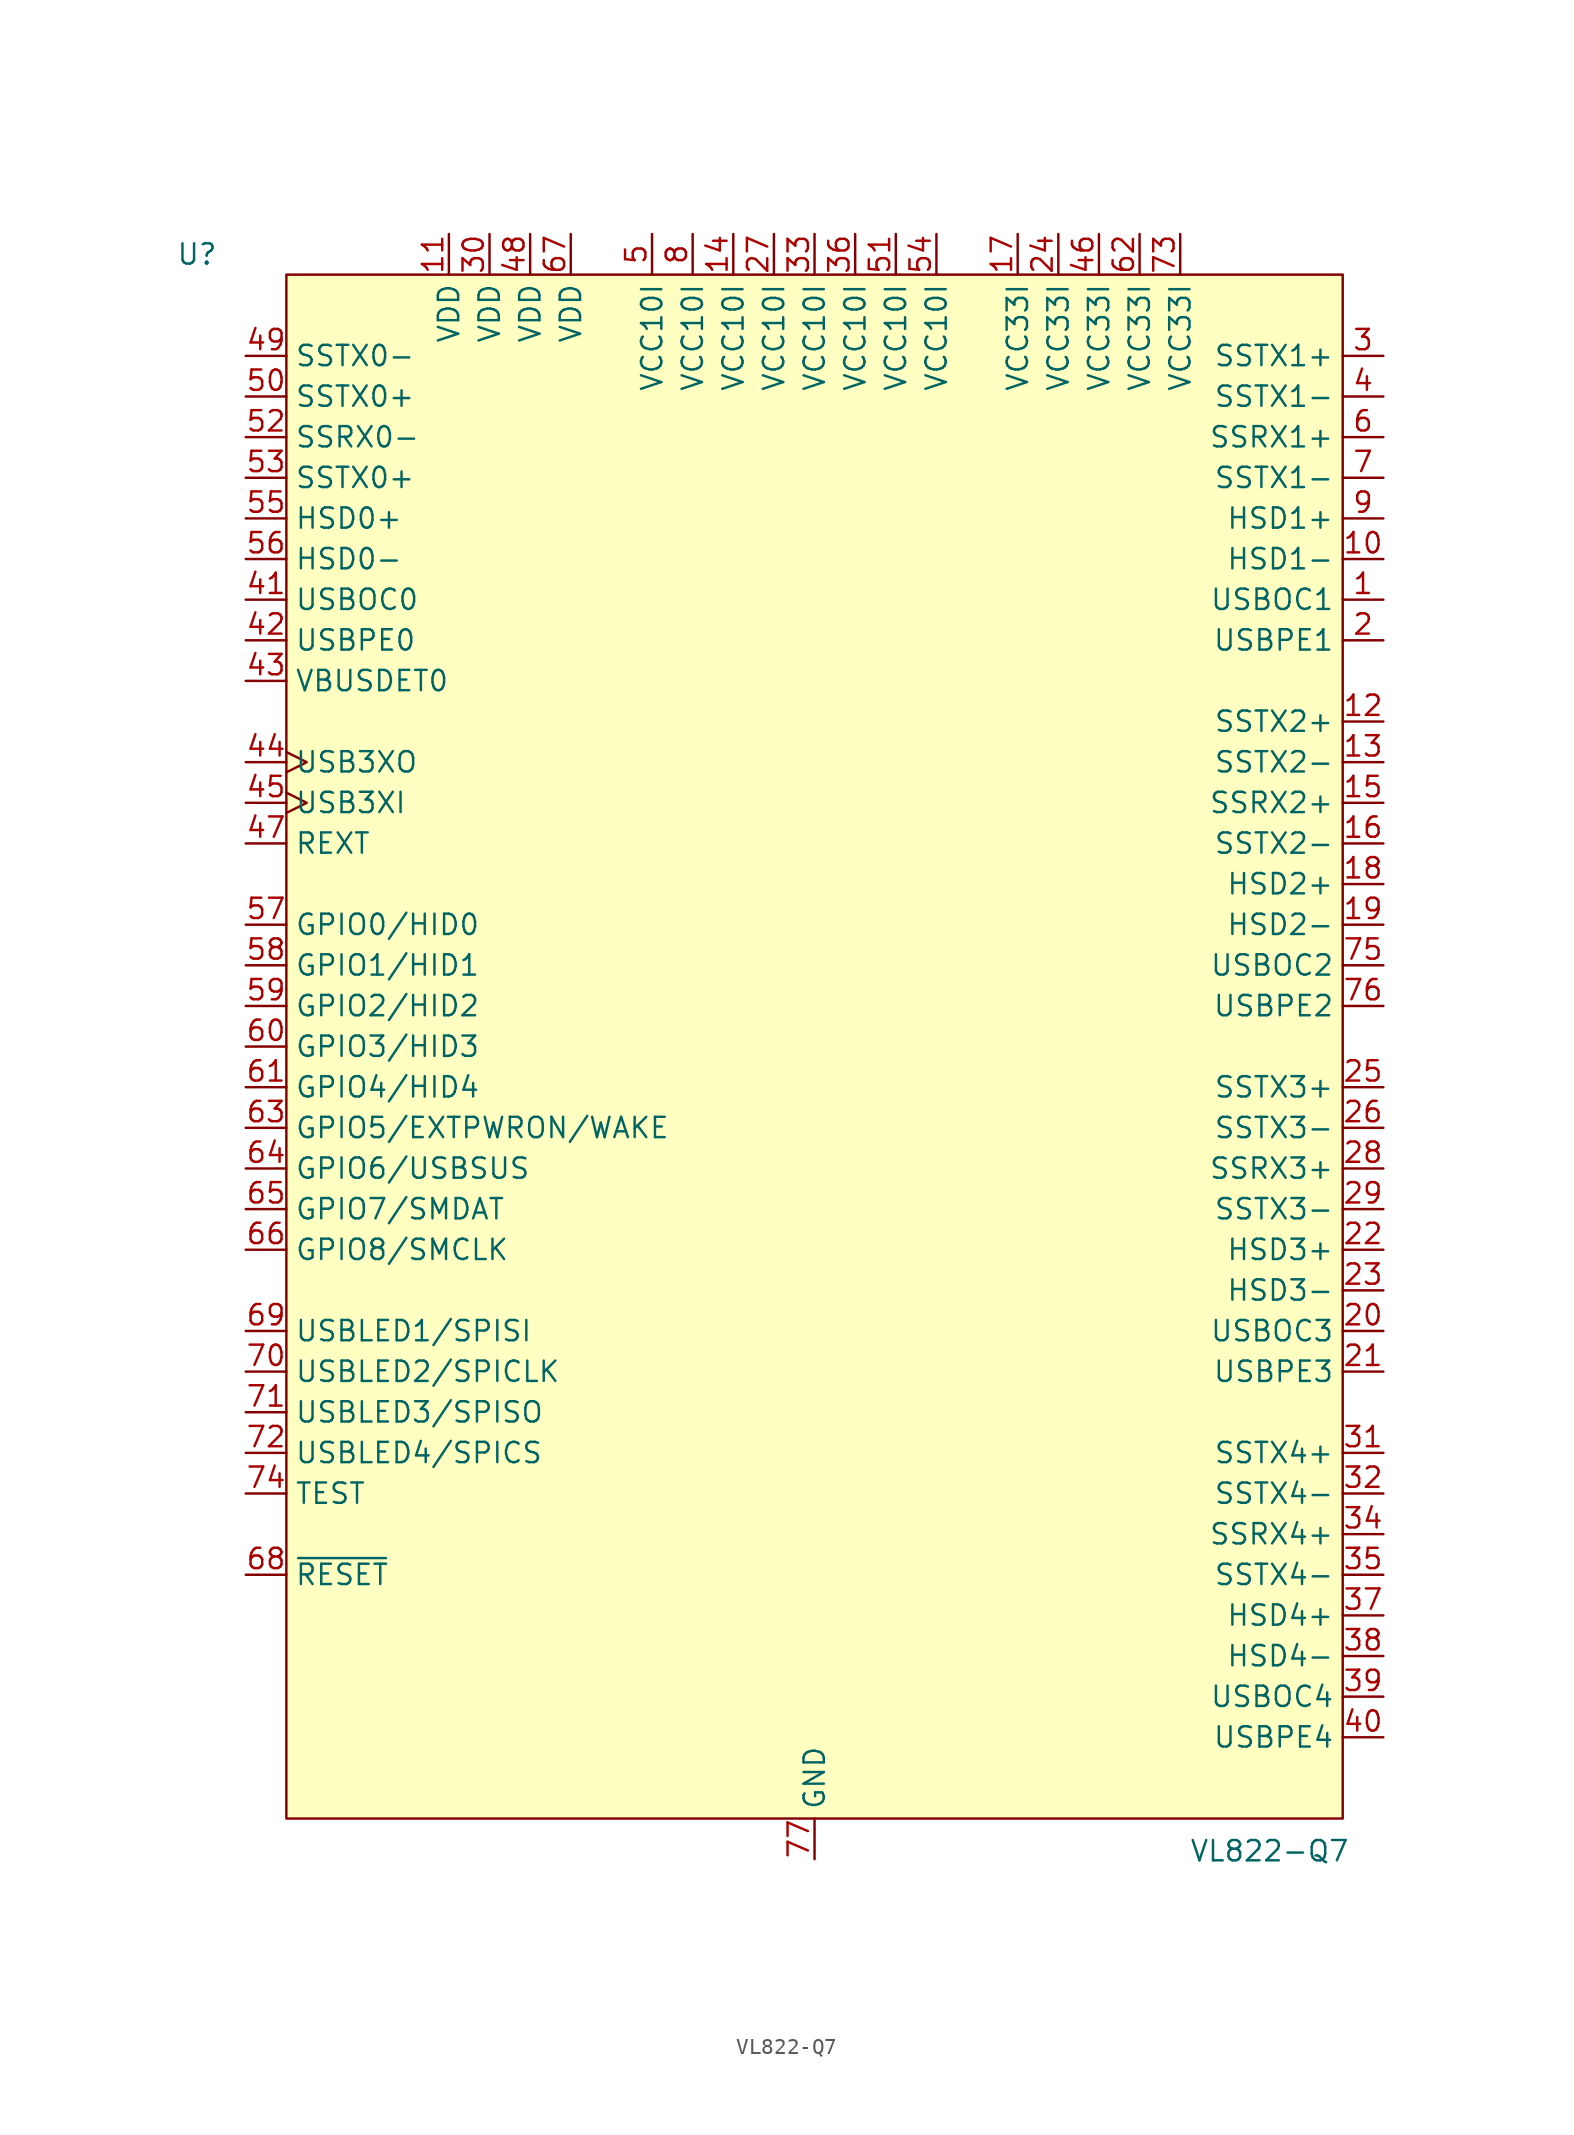
<source format=kicad_sym>
(kicad_symbol_lib
  (version 20231120)
  (generator "kicad_symbol_editor")
  (generator_version "8.0")
  (symbol "VL822-Q7"
    (property "Reference" "U"
      (at -38.608 49.53 0)
      (effects (font (size 1.27 1.27))))
    (property "Value" "VL822-Q7"
      (at 28.448 -50.292 0)
      (effects (font (size 1.27 1.27))))
    (symbol "VL822-Q7_1_1"
      (rectangle (start -33.02 48.26) (end 33.02 -48.26) (stroke (width 0) (type default)) (fill (type background)))
      (pin open_emitter line (at 35.56 27.94 180) (length 2.54) (name "USBOC1" (effects (font (size 1.27 1.27)))) (number "1" (effects (font (size 1.27 1.27)))))
      (pin bidirectional line (at 35.56 30.48 180) (length 2.54) (name "HSD1-" (effects (font (size 1.27 1.27)))) (number "10" (effects (font (size 1.27 1.27)))))
      (pin power_in line (at -22.86 50.8 270) (length 2.54) (name "VDD" (effects (font (size 1.27 1.27)))) (number "11" (effects (font (size 1.27 1.27)))))
      (pin output line (at 35.56 20.32 180) (length 2.54) (name "SSTX2+" (effects (font (size 1.27 1.27)))) (number "12" (effects (font (size 1.27 1.27)))))
      (pin output line (at 35.56 17.78 180) (length 2.54) (name "SSTX2-" (effects (font (size 1.27 1.27)))) (number "13" (effects (font (size 1.27 1.27)))))
      (pin power_in line (at -5.08 50.8 270) (length 2.54) (name "VCC10I" (effects (font (size 1.27 1.27)))) (number "14" (effects (font (size 1.27 1.27)))))
      (pin input line (at 35.56 15.24 180) (length 2.54) (name "SSRX2+" (effects (font (size 1.27 1.27)))) (number "15" (effects (font (size 1.27 1.27)))))
      (pin input line (at 35.56 12.7 180) (length 2.54) (name "SSTX2-" (effects (font (size 1.27 1.27)))) (number "16" (effects (font (size 1.27 1.27)))))
      (pin power_in line (at 12.7 50.8 270) (length 2.54) (name "VCC33I" (effects (font (size 1.27 1.27)))) (number "17" (effects (font (size 1.27 1.27)))))
      (pin bidirectional line (at 35.56 10.16 180) (length 2.54) (name "HSD2+" (effects (font (size 1.27 1.27)))) (number "18" (effects (font (size 1.27 1.27)))))
      (pin bidirectional line (at 35.56 7.62 180) (length 2.54) (name "HSD2-" (effects (font (size 1.27 1.27)))) (number "19" (effects (font (size 1.27 1.27)))))
      (pin output line (at 35.56 25.4 180) (length 2.54) (name "USBPE1" (effects (font (size 1.27 1.27)))) (number "2" (effects (font (size 1.27 1.27)))))
      (pin open_emitter line (at 35.56 -17.78 180) (length 2.54) (name "USBOC3" (effects (font (size 1.27 1.27)))) (number "20" (effects (font (size 1.27 1.27)))))
      (pin output line (at 35.56 -20.32 180) (length 2.54) (name "USBPE3" (effects (font (size 1.27 1.27)))) (number "21" (effects (font (size 1.27 1.27)))))
      (pin bidirectional line (at 35.56 -12.7 180) (length 2.54) (name "HSD3+" (effects (font (size 1.27 1.27)))) (number "22" (effects (font (size 1.27 1.27)))))
      (pin bidirectional line (at 35.56 -15.24 180) (length 2.54) (name "HSD3-" (effects (font (size 1.27 1.27)))) (number "23" (effects (font (size 1.27 1.27)))))
      (pin power_in line (at 15.24 50.8 270) (length 2.54) (name "VCC33I" (effects (font (size 1.27 1.27)))) (number "24" (effects (font (size 1.27 1.27)))))
      (pin output line (at 35.56 -2.54 180) (length 2.54) (name "SSTX3+" (effects (font (size 1.27 1.27)))) (number "25" (effects (font (size 1.27 1.27)))))
      (pin output line (at 35.56 -5.08 180) (length 2.54) (name "SSTX3-" (effects (font (size 1.27 1.27)))) (number "26" (effects (font (size 1.27 1.27)))))
      (pin power_in line (at -2.54 50.8 270) (length 2.54) (name "VCC10I" (effects (font (size 1.27 1.27)))) (number "27" (effects (font (size 1.27 1.27)))))
      (pin input line (at 35.56 -7.62 180) (length 2.54) (name "SSRX3+" (effects (font (size 1.27 1.27)))) (number "28" (effects (font (size 1.27 1.27)))))
      (pin input line (at 35.56 -10.16 180) (length 2.54) (name "SSTX3-" (effects (font (size 1.27 1.27)))) (number "29" (effects (font (size 1.27 1.27)))))
      (pin output line (at 35.56 43.18 180) (length 2.54) (name "SSTX1+" (effects (font (size 1.27 1.27)))) (number "3" (effects (font (size 1.27 1.27)))))
      (pin power_in line (at -20.32 50.8 270) (length 2.54) (name "VDD" (effects (font (size 1.27 1.27)))) (number "30" (effects (font (size 1.27 1.27)))))
      (pin output line (at 35.56 -25.4 180) (length 2.54) (name "SSTX4+" (effects (font (size 1.27 1.27)))) (number "31" (effects (font (size 1.27 1.27)))))
      (pin output line (at 35.56 -27.94 180) (length 2.54) (name "SSTX4-" (effects (font (size 1.27 1.27)))) (number "32" (effects (font (size 1.27 1.27)))))
      (pin power_in line (at 0 50.8 270) (length 2.54) (name "VCC10I" (effects (font (size 1.27 1.27)))) (number "33" (effects (font (size 1.27 1.27)))))
      (pin input line (at 35.56 -30.48 180) (length 2.54) (name "SSRX4+" (effects (font (size 1.27 1.27)))) (number "34" (effects (font (size 1.27 1.27)))))
      (pin input line (at 35.56 -33.02 180) (length 2.54) (name "SSTX4-" (effects (font (size 1.27 1.27)))) (number "35" (effects (font (size 1.27 1.27)))))
      (pin power_in line (at 2.54 50.8 270) (length 2.54) (name "VCC10I" (effects (font (size 1.27 1.27)))) (number "36" (effects (font (size 1.27 1.27)))))
      (pin bidirectional line (at 35.56 -35.56 180) (length 2.54) (name "HSD4+" (effects (font (size 1.27 1.27)))) (number "37" (effects (font (size 1.27 1.27)))))
      (pin bidirectional line (at 35.56 -38.1 180) (length 2.54) (name "HSD4-" (effects (font (size 1.27 1.27)))) (number "38" (effects (font (size 1.27 1.27)))))
      (pin open_emitter line (at 35.56 -40.64 180) (length 2.54) (name "USBOC4" (effects (font (size 1.27 1.27)))) (number "39" (effects (font (size 1.27 1.27)))))
      (pin output line (at 35.56 40.64 180) (length 2.54) (name "SSTX1-" (effects (font (size 1.27 1.27)))) (number "4" (effects (font (size 1.27 1.27)))))
      (pin output line (at 35.56 -43.18 180) (length 2.54) (name "USBPE4" (effects (font (size 1.27 1.27)))) (number "40" (effects (font (size 1.27 1.27)))))
      (pin open_emitter line (at -35.56 27.94 0) (length 2.54) (name "USBOC0" (effects (font (size 1.27 1.27)))) (number "41" (effects (font (size 1.27 1.27)))))
      (pin output line (at -35.56 25.4 0) (length 2.54) (name "USBPE0" (effects (font (size 1.27 1.27)))) (number "42" (effects (font (size 1.27 1.27)))))
      (pin bidirectional line (at -35.56 22.86 0) (length 2.54) (name "VBUSDET0" (effects (font (size 1.27 1.27)))) (number "43" (effects (font (size 1.27 1.27)))))
      (pin output clock (at -35.56 17.78 0) (length 2.54) (name "USB3XO" (effects (font (size 1.27 1.27)))) (number "44" (effects (font (size 1.27 1.27)))))
      (pin input clock (at -35.56 15.24 0) (length 2.54) (name "USB3XI" (effects (font (size 1.27 1.27)))) (number "45" (effects (font (size 1.27 1.27)))))
      (pin power_in line (at 17.78 50.8 270) (length 2.54) (name "VCC33I" (effects (font (size 1.27 1.27)))) (number "46" (effects (font (size 1.27 1.27)))))
      (pin passive line (at -35.56 12.7 0) (length 2.54) (name "REXT" (effects (font (size 1.27 1.27)))) (number "47" (effects (font (size 1.27 1.27)))))
      (pin power_in line (at -17.78 50.8 270) (length 2.54) (name "VDD" (effects (font (size 1.27 1.27)))) (number "48" (effects (font (size 1.27 1.27)))))
      (pin output line (at -35.56 43.18 0) (length 2.54) (name "SSTX0-" (effects (font (size 1.27 1.27)))) (number "49" (effects (font (size 1.27 1.27)))))
      (pin power_in line (at -10.16 50.8 270) (length 2.54) (name "VCC10I" (effects (font (size 1.27 1.27)))) (number "5" (effects (font (size 1.27 1.27)))))
      (pin output line (at -35.56 40.64 0) (length 2.54) (name "SSTX0+" (effects (font (size 1.27 1.27)))) (number "50" (effects (font (size 1.27 1.27)))))
      (pin power_in line (at 5.08 50.8 270) (length 2.54) (name "VCC10I" (effects (font (size 1.27 1.27)))) (number "51" (effects (font (size 1.27 1.27)))))
      (pin input line (at -35.56 38.1 0) (length 2.54) (name "SSRX0-" (effects (font (size 1.27 1.27)))) (number "52" (effects (font (size 1.27 1.27)))))
      (pin input line (at -35.56 35.56 0) (length 2.54) (name "SSTX0+" (effects (font (size 1.27 1.27)))) (number "53" (effects (font (size 1.27 1.27)))))
      (pin power_in line (at 7.62 50.8 270) (length 2.54) (name "VCC10I" (effects (font (size 1.27 1.27)))) (number "54" (effects (font (size 1.27 1.27)))))
      (pin bidirectional line (at -35.56 33.02 0) (length 2.54) (name "HSD0+" (effects (font (size 1.27 1.27)))) (number "55" (effects (font (size 1.27 1.27)))))
      (pin bidirectional line (at -35.56 30.48 0) (length 2.54) (name "HSD0-" (effects (font (size 1.27 1.27)))) (number "56" (effects (font (size 1.27 1.27)))))
      (pin bidirectional line (at -35.56 7.62 0) (length 2.54) (name "GPIO0/HID0" (effects (font (size 1.27 1.27)))) (number "57" (effects (font (size 1.27 1.27)))))
      (pin bidirectional line (at -35.56 5.08 0) (length 2.54) (name "GPIO1/HID1" (effects (font (size 1.27 1.27)))) (number "58" (effects (font (size 1.27 1.27)))))
      (pin bidirectional line (at -35.56 2.54 0) (length 2.54) (name "GPIO2/HID2" (effects (font (size 1.27 1.27)))) (number "59" (effects (font (size 1.27 1.27)))))
      (pin input line (at 35.56 38.1 180) (length 2.54) (name "SSRX1+" (effects (font (size 1.27 1.27)))) (number "6" (effects (font (size 1.27 1.27)))))
      (pin bidirectional line (at -35.56 0 0) (length 2.54) (name "GPIO3/HID3" (effects (font (size 1.27 1.27)))) (number "60" (effects (font (size 1.27 1.27)))))
      (pin bidirectional line (at -35.56 -2.54 0) (length 2.54) (name "GPIO4/HID4" (effects (font (size 1.27 1.27)))) (number "61" (effects (font (size 1.27 1.27)))))
      (pin power_in line (at 20.32 50.8 270) (length 2.54) (name "VCC33I" (effects (font (size 1.27 1.27)))) (number "62" (effects (font (size 1.27 1.27)))))
      (pin bidirectional line (at -35.56 -5.08 0) (length 2.54) (name "GPIO5/EXTPWRON/WAKE" (effects (font (size 1.27 1.27)))) (number "63" (effects (font (size 1.27 1.27)))))
      (pin bidirectional line (at -35.56 -7.62 0) (length 2.54) (name "GPIO6/USBSUS" (effects (font (size 1.27 1.27)))) (number "64" (effects (font (size 1.27 1.27)))))
      (pin bidirectional line (at -35.56 -10.16 0) (length 2.54) (name "GPIO7/SMDAT" (effects (font (size 1.27 1.27)))) (number "65" (effects (font (size 1.27 1.27)))))
      (pin bidirectional line (at -35.56 -12.7 0) (length 2.54) (name "GPIO8/SMCLK" (effects (font (size 1.27 1.27)))) (number "66" (effects (font (size 1.27 1.27)))))
      (pin power_in line (at -15.24 50.8 270) (length 2.54) (name "VDD" (effects (font (size 1.27 1.27)))) (number "67" (effects (font (size 1.27 1.27)))))
      (pin input line (at -35.56 -33.02 0) (length 2.54) (name "~{RESET}" (effects (font (size 1.27 1.27)))) (number "68" (effects (font (size 1.27 1.27)))))
      (pin bidirectional line (at -35.56 -17.78 0) (length 2.54) (name "USBLED1/SPISI" (effects (font (size 1.27 1.27)))) (number "69" (effects (font (size 1.27 1.27)))))
      (pin input line (at 35.56 35.56 180) (length 2.54) (name "SSTX1-" (effects (font (size 1.27 1.27)))) (number "7" (effects (font (size 1.27 1.27)))))
      (pin bidirectional line (at -35.56 -20.32 0) (length 2.54) (name "USBLED2/SPICLK" (effects (font (size 1.27 1.27)))) (number "70" (effects (font (size 1.27 1.27)))))
      (pin bidirectional line (at -35.56 -22.86 0) (length 2.54) (name "USBLED3/SPISO" (effects (font (size 1.27 1.27)))) (number "71" (effects (font (size 1.27 1.27)))))
      (pin bidirectional line (at -35.56 -25.4 0) (length 2.54) (name "USBLED4/SPICS" (effects (font (size 1.27 1.27)))) (number "72" (effects (font (size 1.27 1.27)))))
      (pin power_in line (at 22.86 50.8 270) (length 2.54) (name "VCC33I" (effects (font (size 1.27 1.27)))) (number "73" (effects (font (size 1.27 1.27)))))
      (pin bidirectional line (at -35.56 -27.94 0) (length 2.54) (name "TEST" (effects (font (size 1.27 1.27)))) (number "74" (effects (font (size 1.27 1.27)))))
      (pin open_emitter line (at 35.56 5.08 180) (length 2.54) (name "USBOC2" (effects (font (size 1.27 1.27)))) (number "75" (effects (font (size 1.27 1.27)))))
      (pin output line (at 35.56 2.54 180) (length 2.54) (name "USBPE2" (effects (font (size 1.27 1.27)))) (number "76" (effects (font (size 1.27 1.27)))))
      (pin power_in line (at 0 -50.8 90) (length 2.54) (name "GND" (effects (font (size 1.27 1.27)))) (number "77" (effects (font (size 1.27 1.27)))))
      (pin power_in line (at -7.62 50.8 270) (length 2.54) (name "VCC10I" (effects (font (size 1.27 1.27)))) (number "8" (effects (font (size 1.27 1.27)))))
      (pin bidirectional line (at 35.56 33.02 180) (length 2.54) (name "HSD1+" (effects (font (size 1.27 1.27)))) (number "9" (effects (font (size 1.27 1.27))))))))
</source>
